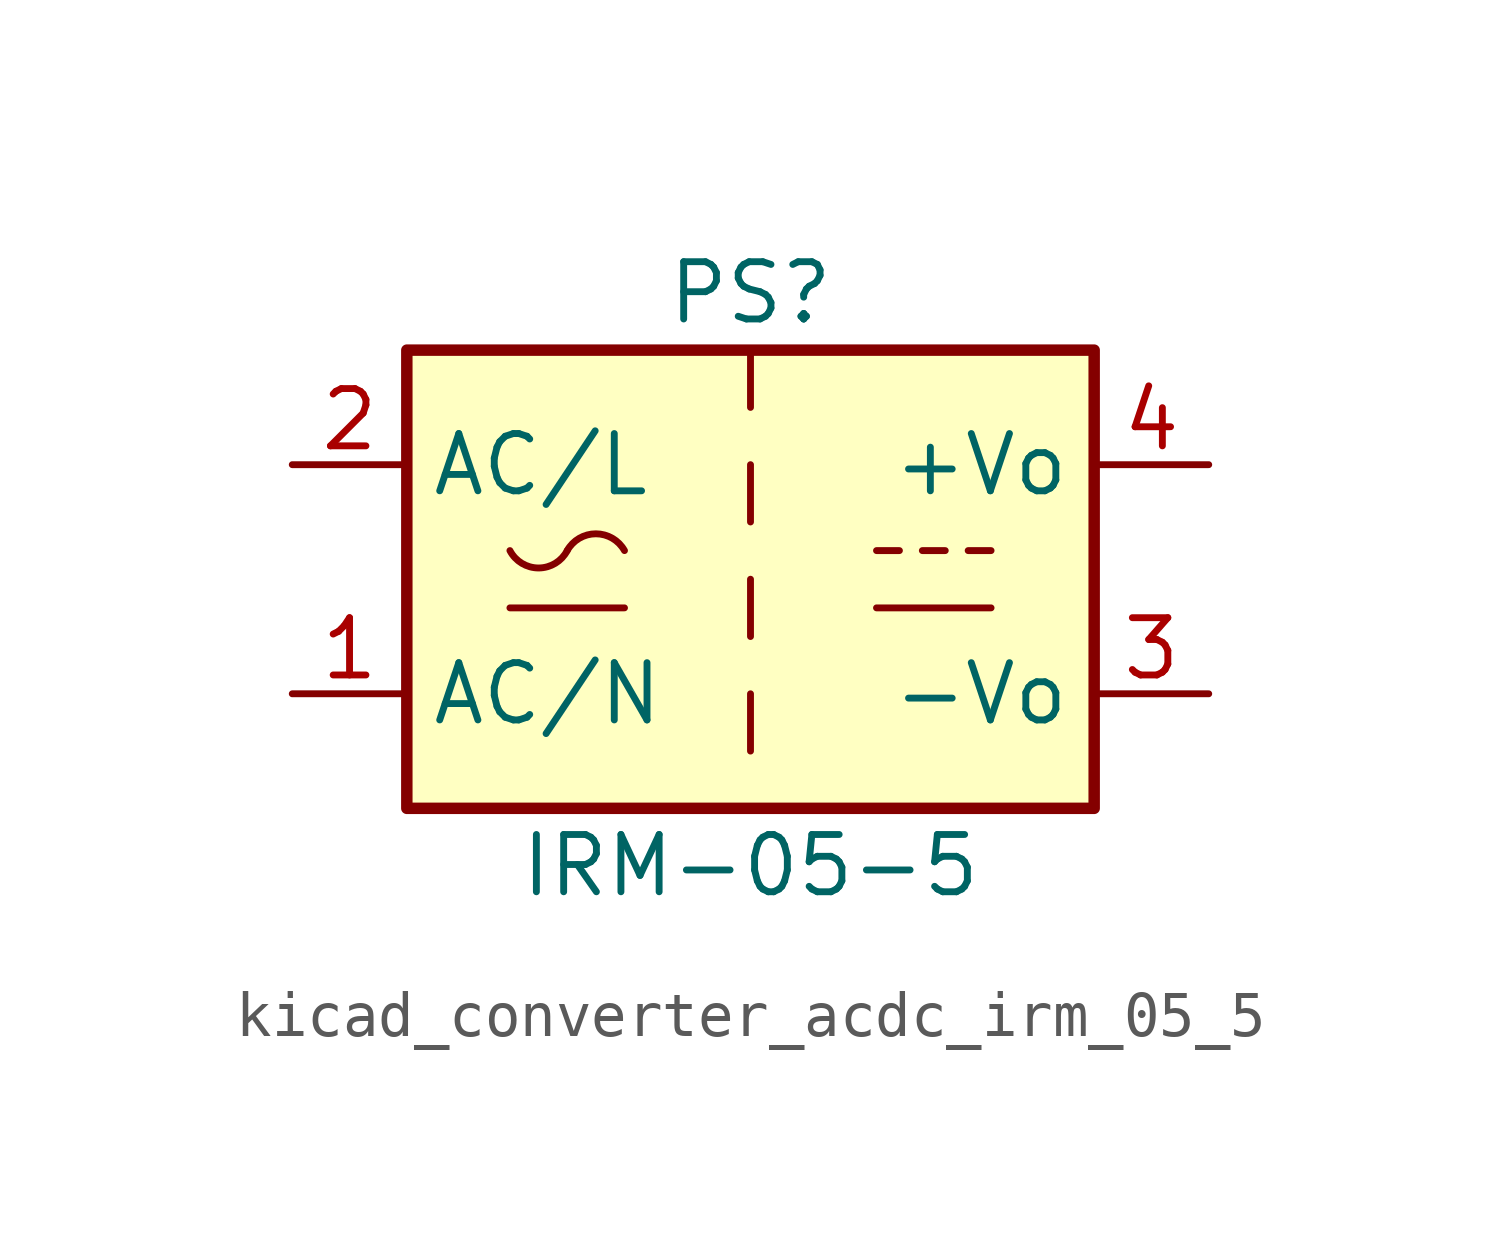
<source format=kicad_sym>
(kicad_symbol_lib
  (version 20220914)
  (generator kicad_symbol_editor)
  (symbol "kicad_converter_acdc_irm_05_5"
    (property "Reference" "PS"
      (at 0 6.35 0)
      (effects (font (size 1.27 1.27))))
    (property "Value" "IRM-05-5"
      (at 0 -6.35 0)
      (effects (font (size 1.27 1.27))))
    (symbol "kicad_converter_acdc_irm_05_5_0_1"
      (rectangle (start -7.62 5.08) (end 7.62 -5.08) (stroke (width 0.254) (type default)) (fill (type background)))
      (arc (start -5.334 0.635) (mid -4.699 0.2495) (end -4.064 0.635) (stroke (width 0) (type default)) (fill (type none)))
      (arc (start -2.794 0.635) (mid -3.429 1.0072) (end -4.064 0.635) (stroke (width 0) (type default)) (fill (type none)))
      (polyline (pts (xy -5.334 -0.635) (xy -2.794 -0.635)) (stroke (width 0) (type default)) (fill (type none)))
      (polyline (pts (xy 0 -2.54) (xy 0 -3.81)) (stroke (width 0) (type default)) (fill (type none)))
      (polyline (pts (xy 0 0) (xy 0 -1.27)) (stroke (width 0) (type default)) (fill (type none)))
      (polyline (pts (xy 0 2.54) (xy 0 1.27)) (stroke (width 0) (type default)) (fill (type none)))
      (polyline (pts (xy 0 5.08) (xy 0 3.81)) (stroke (width 0) (type default)) (fill (type none)))
      (polyline (pts (xy 2.794 -0.635) (xy 5.334 -0.635)) (stroke (width 0) (type default)) (fill (type none)))
      (polyline (pts (xy 2.794 0.635) (xy 3.302 0.635)) (stroke (width 0) (type default)) (fill (type none)))
      (polyline (pts (xy 3.81 0.635) (xy 4.318 0.635)) (stroke (width 0) (type default)) (fill (type none)))
      (polyline (pts (xy 4.826 0.635) (xy 5.334 0.635)) (stroke (width 0) (type default)) (fill (type none))))
    (symbol "kicad_converter_acdc_irm_05_5_1_1"
      (pin power_in line (at -10.16 -2.54 0) (length 2.54) (name "AC/N" (effects (font (size 1.27 1.27)))) (number "1" (effects (font (size 1.27 1.27)))))
      (pin power_in line (at -10.16 2.54 0) (length 2.54) (name "AC/L" (effects (font (size 1.27 1.27)))) (number "2" (effects (font (size 1.27 1.27)))))
      (pin power_out line (at 10.16 -2.54 180) (length 2.54) (name "-Vo" (effects (font (size 1.27 1.27)))) (number "3" (effects (font (size 1.27 1.27)))))
      (pin power_out line (at 10.16 2.54 180) (length 2.54) (name "+Vo" (effects (font (size 1.27 1.27)))) (number "4" (effects (font (size 1.27 1.27))))))))
</source>
